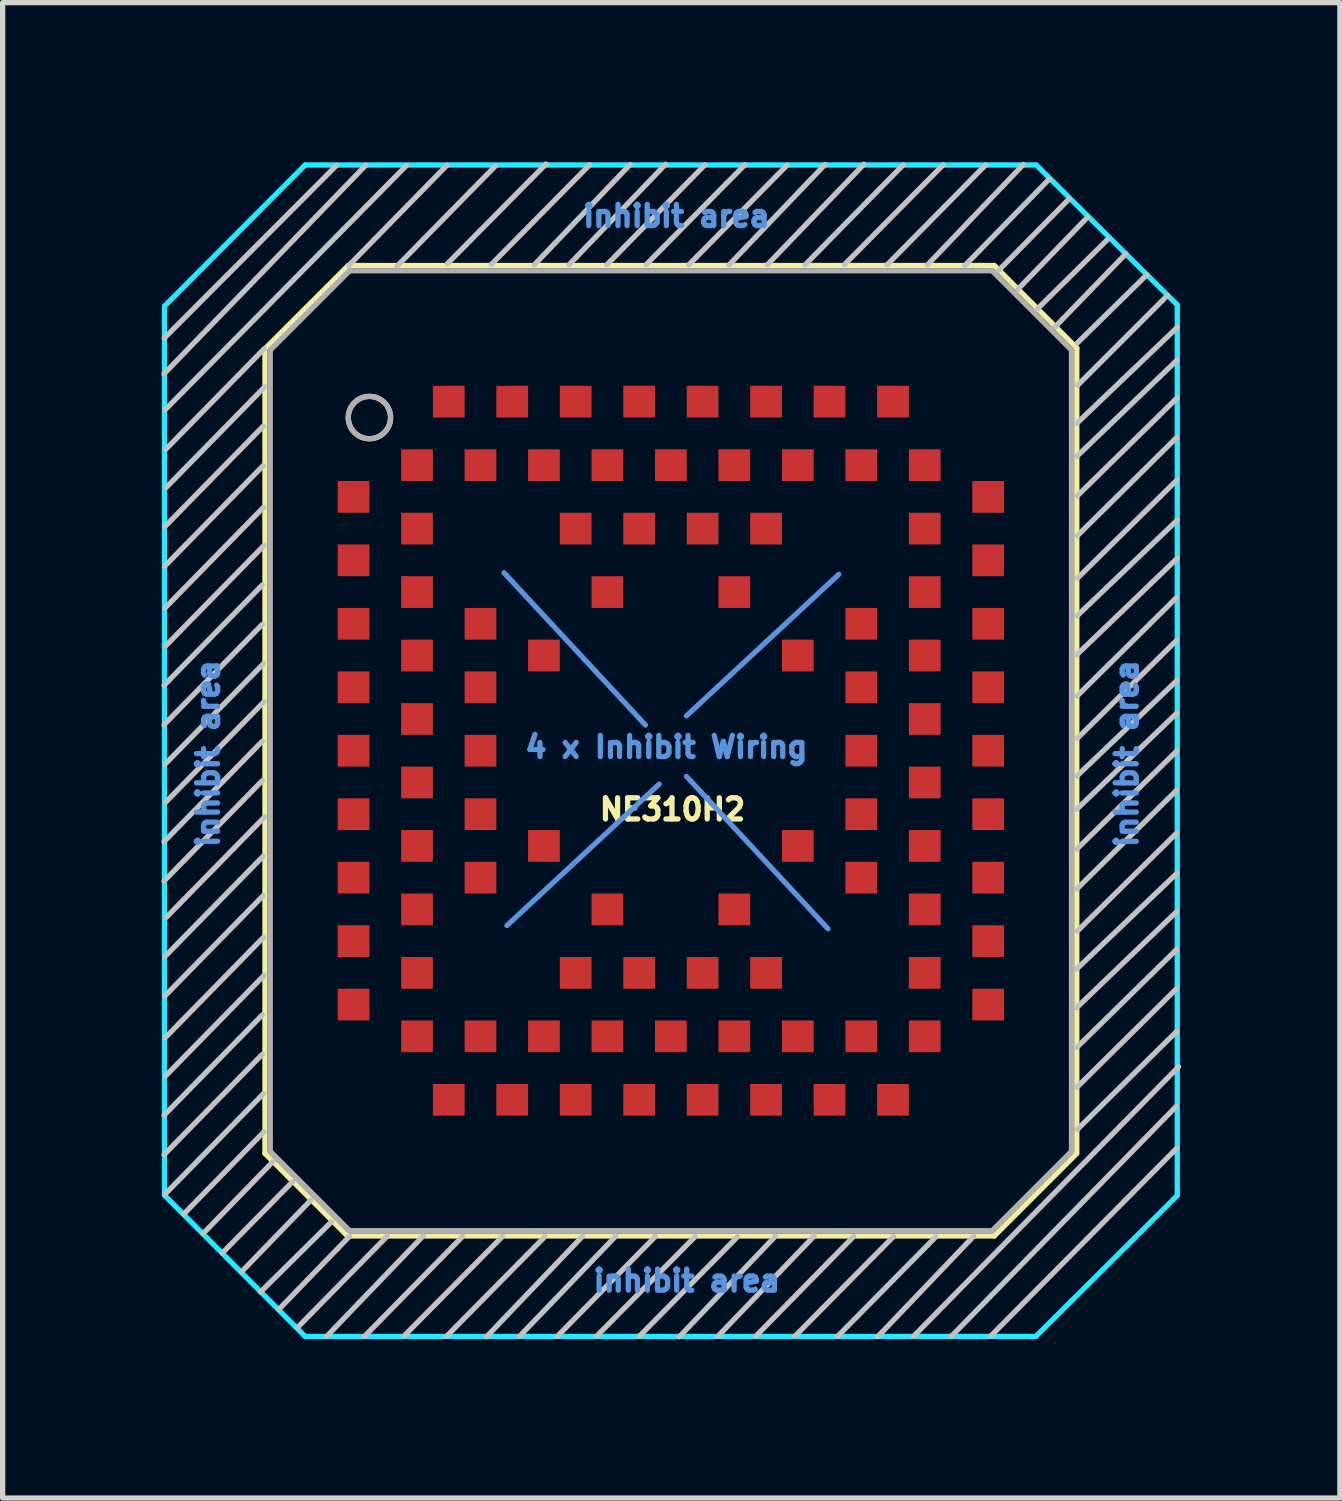
<source format=kicad_pcb>
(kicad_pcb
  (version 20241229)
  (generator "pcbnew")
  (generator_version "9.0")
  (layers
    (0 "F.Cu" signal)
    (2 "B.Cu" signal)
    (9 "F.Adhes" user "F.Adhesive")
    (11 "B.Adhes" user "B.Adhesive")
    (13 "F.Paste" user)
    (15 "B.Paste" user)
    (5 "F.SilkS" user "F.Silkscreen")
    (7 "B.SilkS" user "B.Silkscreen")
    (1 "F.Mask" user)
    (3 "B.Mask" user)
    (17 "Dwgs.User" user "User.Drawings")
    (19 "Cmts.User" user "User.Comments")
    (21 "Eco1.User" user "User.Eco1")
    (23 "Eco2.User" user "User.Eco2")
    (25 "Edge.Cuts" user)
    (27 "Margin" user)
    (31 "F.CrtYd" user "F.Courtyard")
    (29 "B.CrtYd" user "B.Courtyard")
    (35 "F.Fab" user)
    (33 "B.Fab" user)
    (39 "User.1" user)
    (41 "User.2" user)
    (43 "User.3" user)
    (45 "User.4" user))
  (footprint "NE310H2"
    (layer "F.Cu")
    (at 9.635 11.145)
    (property "Reference" "NE310H2" (at 0.03 1.11 0) (layer "F.SilkS") (effects (font (size 0.4 0.4) (thickness 0.1))))
    (attr through_hole)
    (fp_line (start -7.675 -7.6) (end -6.1 -9.175) (stroke (width 0.1) (type solid)) (layer "F.SilkS"))
    (fp_line (start -7.675 7.615) (end -7.675 -7.535) (stroke (width 0.1) (type solid)) (layer "F.SilkS"))
    (fp_line (start -6.115 9.175) (end -7.675 7.615) (stroke (width 0.1) (type solid)) (layer "F.SilkS"))
    (fp_line (start -6.115 9.175) (end 6.115 9.175) (stroke (width 0.1) (type solid)) (layer "F.SilkS"))
    (fp_line (start -6.1 -9.175) (end 6.115 -9.175) (stroke (width 0.1) (type solid)) (layer "F.SilkS"))
    (fp_line (start 6.115 -9.175) (end 7.675 -7.615) (stroke (width 0.1) (type solid)) (layer "F.SilkS"))
    (fp_line (start 6.115 9.175) (end 7.67 7.62) (stroke (width 0.1) (type solid)) (layer "F.SilkS"))
    (fp_line (start 7.675 7.615) (end 7.675 -7.615) (stroke (width 0.1) (type solid)) (layer "F.SilkS"))
    (fp_circle (center -5.7 -6.3) (end -5.3 -6.3) (stroke (width 0.1) (type solid)) (fill no) (layer "F.SilkS"))
    (fp_line (start -9.585 -7.125) (end -5.765 -11.075) (stroke (width 0.1) (type solid)) (layer "Dwgs.User"))
    (fp_line (start -9.585 -1.235) (end -7.725 -3.135) (stroke (width 0.1) (type solid)) (layer "Dwgs.User"))
    (fp_line (start -9.585 -0.49) (end -7.725 -2.39) (stroke (width 0.1) (type solid)) (layer "Dwgs.User"))
    (fp_line (start -9.585 1.72) (end -7.725 -0.18) (stroke (width 0.1) (type solid)) (layer "Dwgs.User"))
    (fp_line (start -9.585 2.465) (end -7.725 0.565) (stroke (width 0.1) (type solid)) (layer "Dwgs.User"))
    (fp_line (start -9.585 6.895) (end -7.725 4.995) (stroke (width 0.1) (type solid)) (layer "Dwgs.User"))
    (fp_line (start -9.585 7.64) (end -7.725 5.74) (stroke (width 0.1) (type solid)) (layer "Dwgs.User"))
    (fp_line (start -9.58 -7.8) (end -6.32 -11.07) (stroke (width 0.1) (type solid)) (layer "Dwgs.User"))
    (fp_line (start -9.57 -4.235) (end -7.71 -6.135) (stroke (width 0.1) (type solid)) (layer "Dwgs.User"))
    (fp_line (start -9.57 -3.49) (end -7.71 -5.39) (stroke (width 0.1) (type solid)) (layer "Dwgs.User"))
    (fp_line (start -9.57 3.895) (end -7.71 1.995) (stroke (width 0.1) (type solid)) (layer "Dwgs.User"))
    (fp_line (start -9.57 4.64) (end -7.71 2.74) (stroke (width 0.1) (type solid)) (layer "Dwgs.User"))
    (fp_line (start -9.565 -6.445) (end -5 -11.065) (stroke (width 0.1) (type solid)) (layer "Dwgs.User"))
    (fp_line (start -9.565 -2.7) (end -7.705 -4.6) (stroke (width 0.1) (type solid)) (layer "Dwgs.User"))
    (fp_line (start -9.565 0.255) (end -7.705 -1.645) (stroke (width 0.1) (type solid)) (layer "Dwgs.User"))
    (fp_line (start -9.565 5.43) (end -7.705 3.53) (stroke (width 0.1) (type solid)) (layer "Dwgs.User"))
    (fp_line (start -9.565 8.385) (end -7.705 6.485) (stroke (width 0.1) (type solid)) (layer "Dwgs.User"))
    (fp_line (start -9.555 -1.98) (end -7.695 -3.88) (stroke (width 0.1) (type solid)) (layer "Dwgs.User"))
    (fp_line (start -9.555 0.975) (end -7.695 -0.925) (stroke (width 0.1) (type solid)) (layer "Dwgs.User"))
    (fp_line (start -9.555 6.15) (end -7.695 4.25) (stroke (width 0.1) (type solid)) (layer "Dwgs.User"))
    (fp_line (start -9.55 -5.7) (end -7.69 -7.6) (stroke (width 0.1) (type solid)) (layer "Dwgs.User"))
    (fp_line (start -9.54 -4.98) (end -7.68 -6.88) (stroke (width 0.1) (type solid)) (layer "Dwgs.User"))
    (fp_line (start -9.54 3.15) (end -7.68 1.25) (stroke (width 0.1) (type solid)) (layer "Dwgs.User"))
    (fp_line (start -9.215 8.765) (end -7.695 7.205) (stroke (width 0.1) (type solid)) (layer "Dwgs.User"))
    (fp_line (start -8.85 9.135) (end -7.53 7.775) (stroke (width 0.1) (type solid)) (layer "Dwgs.User"))
    (fp_line (start -8.485 9.5) (end -7.15 8.145) (stroke (width 0.1) (type solid)) (layer "Dwgs.User"))
    (fp_line (start -8.12 9.855) (end -6.81 8.5) (stroke (width 0.1) (type solid)) (layer "Dwgs.User"))
    (fp_line (start -7.76 10.235) (end -6.415 8.905) (stroke (width 0.1) (type solid)) (layer "Dwgs.User"))
    (fp_line (start -7.415 10.565) (end -6.075 9.18) (stroke (width 0.1) (type solid)) (layer "Dwgs.User"))
    (fp_line (start -7.06 10.905) (end -5.36 9.175) (stroke (width 0.1) (type solid)) (layer "Dwgs.User"))
    (fp_line (start -6.51 11.075) (end -4.685 9.175) (stroke (width 0.1) (type solid)) (layer "Dwgs.User"))
    (fp_line (start -6.09 -9.175) (end -4.23 -11.075) (stroke (width 0.1) (type solid)) (layer "Dwgs.User"))
    (fp_line (start -5.795 11.075) (end -3.94 9.185) (stroke (width 0.1) (type solid)) (layer "Dwgs.User"))
    (fp_line (start -5.175 -9.165) (end -3.32 -11.055) (stroke (width 0.1) (type solid)) (layer "Dwgs.User"))
    (fp_line (start -5.05 11.07) (end -3.185 9.185) (stroke (width 0.1) (type solid)) (layer "Dwgs.User"))
    (fp_line (start -4.245 11.075) (end -2.385 9.19) (stroke (width 0.1) (type solid)) (layer "Dwgs.User"))
    (fp_line (start -4.225 -9.21) (end -2.36 -11.095) (stroke (width 0.1) (type solid)) (layer "Dwgs.User"))
    (fp_line (start -3.485 11.08) (end -1.67 9.18) (stroke (width 0.1) (type solid)) (layer "Dwgs.User"))
    (fp_line (start -3.395 -9.195) (end -1.535 -11.08) (stroke (width 0.1) (type solid)) (layer "Dwgs.User"))
    (fp_line (start -2.865 11.075) (end -1.04 9.175) (stroke (width 0.1) (type solid)) (layer "Dwgs.User"))
    (fp_line (start -2.585 -9.185) (end -0.77 -11.085) (stroke (width 0.1) (type solid)) (layer "Dwgs.User"))
    (fp_line (start -2.15 11.075) (end -0.295 9.185) (stroke (width 0.1) (type solid)) (layer "Dwgs.User"))
    (fp_line (start -1.925 -9.19) (end -0.1 -11.09) (stroke (width 0.1) (type solid)) (layer "Dwgs.User"))
    (fp_line (start -1.405 11.07) (end 0.46 9.185) (stroke (width 0.1) (type solid)) (layer "Dwgs.User"))
    (fp_line (start -1.21 -9.19) (end 0.645 -11.08) (stroke (width 0.1) (type solid)) (layer "Dwgs.User"))
    (fp_line (start -0.6 11.075) (end 1.26 9.19) (stroke (width 0.1) (type solid)) (layer "Dwgs.User"))
    (fp_line (start -0.465 -9.195) (end 1.4 -11.08) (stroke (width 0.1) (type solid)) (layer "Dwgs.User"))
    (fp_line (start 0.16 11.08) (end 1.975 9.18) (stroke (width 0.1) (type solid)) (layer "Dwgs.User"))
    (fp_line (start 0.34 -9.19) (end 2.2 -11.075) (stroke (width 0.1) (type solid)) (layer "Dwgs.User"))
    (fp_line (start 0.885 11.075) (end 2.71 9.175) (stroke (width 0.1) (type solid)) (layer "Dwgs.User"))
    (fp_line (start 1.1 -9.185) (end 2.915 -11.085) (stroke (width 0.1) (type solid)) (layer "Dwgs.User"))
    (fp_line (start 1.6 11.075) (end 3.455 9.185) (stroke (width 0.1) (type solid)) (layer "Dwgs.User"))
    (fp_line (start 1.825 -9.19) (end 3.65 -11.09) (stroke (width 0.1) (type solid)) (layer "Dwgs.User"))
    (fp_line (start 2.345 11.07) (end 4.21 9.185) (stroke (width 0.1) (type solid)) (layer "Dwgs.User"))
    (fp_line (start 2.54 -9.19) (end 4.395 -11.08) (stroke (width 0.1) (type solid)) (layer "Dwgs.User"))
    (fp_line (start 3.15 11.075) (end 5.01 9.19) (stroke (width 0.1) (type solid)) (layer "Dwgs.User"))
    (fp_line (start 3.285 -9.195) (end 5.15 -11.08) (stroke (width 0.1) (type solid)) (layer "Dwgs.User"))
    (fp_line (start 3.91 11.08) (end 5.725 9.18) (stroke (width 0.1) (type solid)) (layer "Dwgs.User"))
    (fp_line (start 4.09 -9.19) (end 5.95 -11.075) (stroke (width 0.1) (type solid)) (layer "Dwgs.User"))
    (fp_line (start 4.585 11.075) (end 9.6 5.975) (stroke (width 0.1) (type solid)) (layer "Dwgs.User"))
    (fp_line (start 4.85 -9.185) (end 6.665 -11.085) (stroke (width 0.1) (type solid)) (layer "Dwgs.User"))
    (fp_line (start 5.3 11.075) (end 9.555 6.725) (stroke (width 0.1) (type solid)) (layer "Dwgs.User"))
    (fp_line (start 5.56 -9.175) (end 7.15 -10.805) (stroke (width 0.1) (type solid)) (layer "Dwgs.User"))
    (fp_line (start 6.045 11.07) (end 9.57 7.51) (stroke (width 0.1) (type solid)) (layer "Dwgs.User"))
    (fp_line (start 6.195 -9.08) (end 7.53 -10.435) (stroke (width 0.1) (type solid)) (layer "Dwgs.User"))
    (fp_line (start 6.56 -8.725) (end 7.87 -10.08) (stroke (width 0.1) (type solid)) (layer "Dwgs.User"))
    (fp_line (start 6.92 -8.345) (end 8.265 -9.675) (stroke (width 0.1) (type solid)) (layer "Dwgs.User"))
    (fp_line (start 7.265 -8.015) (end 8.605 -9.4) (stroke (width 0.1) (type solid)) (layer "Dwgs.User"))
    (fp_line (start 9 -9) (end 7.685 -7.71) (stroke (width 0.1) (type solid)) (layer "Dwgs.User"))
    (fp_line (start 9.39 -8.61) (end 7.69 -6.91) (stroke (width 0.1) (type solid)) (layer "Dwgs.User"))
    (fp_line (start 9.565 -2.9) (end 7.68 -1.035) (stroke (width 0.1) (type solid)) (layer "Dwgs.User"))
    (fp_line (start 9.565 0.745) (end 7.68 2.61) (stroke (width 0.1) (type solid)) (layer "Dwgs.User"))
    (fp_line (start 9.565 4.495) (end 7.68 6.36) (stroke (width 0.1) (type solid)) (layer "Dwgs.User"))
    (fp_line (start 9.57 -5.93) (end 7.685 -4.065) (stroke (width 0.1) (type solid)) (layer "Dwgs.User"))
    (fp_line (start 9.57 -2.095) (end 7.685 -0.235) (stroke (width 0.1) (type solid)) (layer "Dwgs.User"))
    (fp_line (start 9.57 -0.715) (end 7.67 1.11) (stroke (width 0.1) (type solid)) (layer "Dwgs.User"))
    (fp_line (start 9.57 0) (end 7.68 1.855) (stroke (width 0.1) (type solid)) (layer "Dwgs.User"))
    (fp_line (start 9.57 1.55) (end 7.685 3.41) (stroke (width 0.1) (type solid)) (layer "Dwgs.User"))
    (fp_line (start 9.57 3.035) (end 7.67 4.86) (stroke (width 0.1) (type solid)) (layer "Dwgs.User"))
    (fp_line (start 9.57 3.75) (end 7.68 5.605) (stroke (width 0.1) (type solid)) (layer "Dwgs.User"))
    (fp_line (start 9.57 5.3) (end 7.685 7.16) (stroke (width 0.1) (type solid)) (layer "Dwgs.User"))
    (fp_line (start 9.575 -7.39) (end 7.675 -5.565) (stroke (width 0.1) (type solid)) (layer "Dwgs.User"))
    (fp_line (start 9.575 -6.675) (end 7.685 -4.82) (stroke (width 0.1) (type solid)) (layer "Dwgs.User"))
    (fp_line (start 9.575 -5.125) (end 7.69 -3.265) (stroke (width 0.1) (type solid)) (layer "Dwgs.User"))
    (fp_line (start 9.575 -3.64) (end 7.675 -1.815) (stroke (width 0.1) (type solid)) (layer "Dwgs.User"))
    (fp_line (start 9.575 -1.335) (end 7.675 0.48) (stroke (width 0.1) (type solid)) (layer "Dwgs.User"))
    (fp_line (start 9.575 2.31) (end 7.675 4.125) (stroke (width 0.1) (type solid)) (layer "Dwgs.User"))
    (fp_line (start 9.58 -8.01) (end 7.68 -6.195) (stroke (width 0.1) (type solid)) (layer "Dwgs.User"))
    (fp_line (start 9.58 -4.365) (end 7.68 -2.55) (stroke (width 0.1) (type solid)) (layer "Dwgs.User"))
    (fp_line (start -3.155 -3.365) (end -0.48 -0.485) (stroke (width 0.1) (type solid)) (layer "Cmts.User"))
    (fp_line (start -0.22 0.63) (end -3.1 3.305) (stroke (width 0.1) (type solid)) (layer "Cmts.User"))
    (fp_line (start 0.295 0.485) (end 2.97 3.365) (stroke (width 0.1) (type solid)) (layer "Cmts.User"))
    (fp_line (start 3.175 -3.335) (end 0.295 -0.66) (stroke (width 0.1) (type solid)) (layer "Cmts.User"))
    (fp_line (start -9.575 -8.405) (end -6.915 -11.075) (stroke (width 0.1) (type solid)) (layer "B.CrtYd"))
    (fp_line (start -9.575 8.405) (end -9.575 -8.405) (stroke (width 0.1) (type solid)) (layer "B.CrtYd"))
    (fp_line (start -6.915 -11.075) (end 6.91 -11.075) (stroke (width 0.1) (type solid)) (layer "B.CrtYd"))
    (fp_line (start -6.915 11.075) (end -9.575 8.405) (stroke (width 0.1) (type solid)) (layer "B.CrtYd"))
    (fp_line (start -6.915 11.075) (end 6.9 11.075) (stroke (width 0.1) (type solid)) (layer "B.CrtYd"))
    (fp_line (start 6.9 11.075) (end 9.575 8.41) (stroke (width 0.1) (type solid)) (layer "B.CrtYd"))
    (fp_line (start 9.575 -8.43) (end 6.91 -11.075) (stroke (width 0.1) (type solid)) (layer "B.CrtYd"))
    (fp_line (start 9.575 8.41) (end 9.575 -8.43) (stroke (width 0.1) (type solid)) (layer "B.CrtYd"))
    (fp_line (start -7.575 -7.575) (end -6.075 -9.075) (stroke (width 0.1) (type solid)) (layer "F.Fab"))
    (fp_line (start -7.575 7.575) (end -7.575 -7.575) (stroke (width 0.1) (type solid)) (layer "F.Fab"))
    (fp_line (start -6.075 -9.075) (end 6.075 -9.075) (stroke (width 0.1) (type solid)) (layer "F.Fab"))
    (fp_line (start -6.075 9.075) (end -7.575 7.575) (stroke (width 0.1) (type solid)) (layer "F.Fab"))
    (fp_line (start -6.075 9.075) (end 6.075 9.075) (stroke (width 0.1) (type solid)) (layer "F.Fab"))
    (fp_line (start 6.075 -9.075) (end 7.575 -7.575) (stroke (width 0.1) (type solid)) (layer "F.Fab"))
    (fp_line (start 6.075 9.075) (end 7.575 7.575) (stroke (width 0.1) (type solid)) (layer "F.Fab"))
    (fp_line (start 7.575 7.575) (end 7.575 -7.575) (stroke (width 0.1) (type solid)) (layer "F.Fab"))
    (fp_circle (center -5.7 -6.3) (end -5.3 -6.3) (stroke (width 0.1) (type solid)) (fill no) (layer "F.Fab"))
    (fp_text user "inhibit area" (at 8.62 0.055 270) (layer "Cmts.User") (effects (font (size 0.4 0.4) (thickness 0.1))))
    (fp_text user "4 x Inhibit Wiring" (at -0.085 -0.07 0) (layer "Cmts.User") (effects (font (size 0.4 0.4) (thickness 0.1))))
    (fp_text user "inhibit area" (at 0.105 -10.11 0) (layer "Cmts.User") (effects (font (size 0.4 0.4) (thickness 0.1))))
    (fp_text user "inhibit area" (at 0.3 10.02 0) (layer "Cmts.User") (effects (font (size 0.4 0.4) (thickness 0.1))))
    (fp_text user "inhibit area" (at -8.75 0.055 90) (layer "Cmts.User") (effects (font (size 0.4 0.4) (thickness 0.1))))
    (pad "" smd rect (at -3.6 -3.6 180) (size 0.6 0.6) (layers "Eco1.User"))
    (pad "" smd rect (at -3.6 3.6 180) (size 0.6 0.6) (layers "Eco1.User"))
    (pad "" smd rect (at 3.6 -3.6) (size 0.6 0.6) (layers "Eco1.User"))
    (pad "" smd rect (at 3.6 3.6) (size 0.6 0.6) (layers "Eco1.User"))
    (pad "1C" smd rect (at -6 -4.8 180) (size 0.6 0.6) (layers "F.Cu" "F.Mask" "F.Paste"))
    (pad "1E" smd rect (at -6 -3.6 180) (size 0.6 0.6) (layers "F.Cu" "F.Mask" "F.Paste"))
    (pad "1G" smd rect (at -6 -2.4 180) (size 0.6 0.6) (layers "F.Cu" "F.Mask" "F.Paste"))
    (pad "1J" smd rect (at -6 -1.2 180) (size 0.6 0.6) (layers "F.Cu" "F.Mask" "F.Paste"))
    (pad "1L" smd rect (at -6 0 180) (size 0.6 0.6) (layers "F.Cu" "F.Mask" "F.Paste"))
    (pad "1N" smd rect (at -6 1.2 180) (size 0.6 0.6) (layers "F.Cu" "F.Mask" "F.Paste"))
    (pad "1R" smd rect (at -6 2.4 180) (size 0.6 0.6) (layers "F.Cu" "F.Mask" "F.Paste"))
    (pad "1U" smd rect (at -6 3.6 180) (size 0.6 0.6) (layers "F.Cu" "F.Mask" "F.Paste"))
    (pad "1W" smd rect (at -6 4.8 180) (size 0.6 0.6) (layers "F.Cu" "F.Mask" "F.Paste"))
    (pad "2B" smd rect (at -4.8 -5.4 180) (size 0.6 0.6) (layers "F.Cu" "F.Mask" "F.Paste"))
    (pad "2D" smd rect (at -4.8 -4.2 180) (size 0.6 0.6) (layers "F.Cu" "F.Mask" "F.Paste"))
    (pad "2F" smd rect (at -4.8 -3 180) (size 0.6 0.6) (layers "F.Cu" "F.Mask" "F.Paste"))
    (pad "2H" smd rect (at -4.8 -1.8 180) (size 0.6 0.6) (layers "F.Cu" "F.Mask" "F.Paste"))
    (pad "2K" smd rect (at -4.8 -0.6 180) (size 0.6 0.6) (layers "F.Cu" "F.Mask" "F.Paste"))
    (pad "2M" smd rect (at -4.8 0.6 180) (size 0.6 0.6) (layers "F.Cu" "F.Mask" "F.Paste"))
    (pad "2P" smd rect (at -4.8 1.8 180) (size 0.6 0.6) (layers "F.Cu" "F.Mask" "F.Paste"))
    (pad "2T" smd rect (at -4.8 3 180) (size 0.6 0.6) (layers "F.Cu" "F.Mask" "F.Paste"))
    (pad "2V" smd rect (at -4.8 4.2 180) (size 0.6 0.6) (layers "F.Cu" "F.Mask" "F.Paste"))
    (pad "2Y" smd rect (at -4.8 5.4) (size 0.6 0.6) (layers "F.Cu" "F.Mask" "F.Paste"))
    (pad "3A" smd rect (at -4.2 -6.6 180) (size 0.6 0.6) (layers "F.Cu" "F.Mask" "F.Paste"))
    (pad "3AA" smd rect (at -4.2 6.6) (size 0.6 0.6) (layers "F.Cu" "F.Mask" "F.Paste"))
    (pad "4B" smd rect (at -3.6 -5.4 180) (size 0.6 0.6) (layers "F.Cu" "F.Mask" "F.Paste"))
    (pad "4G" smd rect (at -3.6 -2.4 180) (size 0.6 0.6) (layers "F.Cu" "F.Mask" "F.Paste"))
    (pad "4J" smd rect (at -3.6 -1.2 180) (size 0.6 0.6) (layers "F.Cu" "F.Mask" "F.Paste"))
    (pad "4L" smd rect (at -3.6 0 180) (size 0.6 0.6) (layers "F.Cu" "F.Mask" "F.Paste"))
    (pad "4N" smd rect (at -3.6 1.2 180) (size 0.6 0.6) (layers "F.Cu" "F.Mask" "F.Paste"))
    (pad "4R" smd rect (at -3.6 2.4 180) (size 0.6 0.6) (layers "F.Cu" "F.Mask" "F.Paste"))
    (pad "4Y" smd rect (at -3.6 5.4) (size 0.6 0.6) (layers "F.Cu" "F.Mask" "F.Paste"))
    (pad "5A" smd rect (at -3 -6.6 180) (size 0.6 0.6) (layers "F.Cu" "F.Mask" "F.Paste"))
    (pad "5AA" smd rect (at -3 6.6) (size 0.6 0.6) (layers "F.Cu" "F.Mask" "F.Paste"))
    (pad "6B" smd rect (at -2.4 -5.4 180) (size 0.6 0.6) (layers "F.Cu" "F.Mask" "F.Paste"))
    (pad "6H" smd rect (at -2.4 -1.8 180) (size 0.6 0.6) (layers "F.Cu" "F.Mask" "F.Paste"))
    (pad "6P" smd rect (at -2.4 1.8 180) (size 0.6 0.6) (layers "F.Cu" "F.Mask" "F.Paste"))
    (pad "6Y" smd rect (at -2.4 5.4) (size 0.6 0.6) (layers "F.Cu" "F.Mask" "F.Paste"))
    (pad "7A" smd rect (at -1.8 -6.6 180) (size 0.6 0.6) (layers "F.Cu" "F.Mask" "F.Paste"))
    (pad "7AA" smd rect (at -1.8 6.6) (size 0.6 0.6) (layers "F.Cu" "F.Mask" "F.Paste"))
    (pad "7D" smd rect (at -1.8 -4.2 180) (size 0.6 0.6) (layers "F.Cu" "F.Mask" "F.Paste"))
    (pad "7V" smd rect (at -1.8 4.2) (size 0.6 0.6) (layers "F.Cu" "F.Mask" "F.Paste"))
    (pad "8B" smd rect (at -1.2 -5.4 180) (size 0.6 0.6) (layers "F.Cu" "F.Mask" "F.Paste"))
    (pad "8F" smd rect (at -1.2 -3 180) (size 0.6 0.6) (layers "F.Cu" "F.Mask" "F.Paste"))
    (pad "8T" smd rect (at -1.2 3) (size 0.6 0.6) (layers "F.Cu" "F.Mask" "F.Paste"))
    (pad "8Y" smd rect (at -1.2 5.4) (size 0.6 0.6) (layers "F.Cu" "F.Mask" "F.Paste"))
    (pad "9A" smd rect (at -0.6 -6.6 180) (size 0.6 0.6) (layers "F.Cu" "F.Mask" "F.Paste"))
    (pad "9AA" smd rect (at -0.6 6.6) (size 0.6 0.6) (layers "F.Cu" "F.Mask" "F.Paste"))
    (pad "9D" smd rect (at -0.6 -4.2 180) (size 0.6 0.6) (layers "F.Cu" "F.Mask" "F.Paste"))
    (pad "9V" smd rect (at -0.6 4.2) (size 0.6 0.6) (layers "F.Cu" "F.Mask" "F.Paste"))
    (pad "10B" smd rect (at 0 -5.4 180) (size 0.6 0.6) (layers "F.Cu" "F.Mask" "F.Paste"))
    (pad "10Y" smd rect (at 0 5.4) (size 0.6 0.6) (layers "F.Cu" "F.Mask" "F.Paste"))
    (pad "11A" smd rect (at 0.6 -6.6 180) (size 0.6 0.6) (layers "F.Cu" "F.Mask" "F.Paste"))
    (pad "11AA" smd rect (at 0.6 6.6) (size 0.6 0.6) (layers "F.Cu" "F.Mask" "F.Paste"))
    (pad "11D" smd rect (at 0.6 -4.2 180) (size 0.6 0.6) (layers "F.Cu" "F.Mask" "F.Paste"))
    (pad "11V" smd rect (at 0.6 4.2) (size 0.6 0.6) (layers "F.Cu" "F.Mask" "F.Paste"))
    (pad "12B" smd rect (at 1.2 -5.4 180) (size 0.6 0.6) (layers "F.Cu" "F.Mask" "F.Paste"))
    (pad "12F" smd rect (at 1.2 -3 180) (size 0.6 0.6) (layers "F.Cu" "F.Mask" "F.Paste"))
    (pad "12T" smd rect (at 1.2 3) (size 0.6 0.6) (layers "F.Cu" "F.Mask" "F.Paste"))
    (pad "12Y" smd rect (at 1.2 5.4) (size 0.6 0.6) (layers "F.Cu" "F.Mask" "F.Paste"))
    (pad "13A" smd rect (at 1.8 -6.6 180) (size 0.6 0.6) (layers "F.Cu" "F.Mask" "F.Paste"))
    (pad "13AA" smd rect (at 1.8 6.6) (size 0.6 0.6) (layers "F.Cu" "F.Mask" "F.Paste"))
    (pad "13D" smd rect (at 1.8 -4.2 180) (size 0.6 0.6) (layers "F.Cu" "F.Mask" "F.Paste"))
    (pad "13V" smd rect (at 1.8 4.2) (size 0.6 0.6) (layers "F.Cu" "F.Mask" "F.Paste"))
    (pad "14B" smd rect (at 2.4 -5.4 180) (size 0.6 0.6) (layers "F.Cu" "F.Mask" "F.Paste"))
    (pad "14H" smd rect (at 2.4 -1.8) (size 0.6 0.6) (layers "F.Cu" "F.Mask" "F.Paste"))
    (pad "14P" smd rect (at 2.4 1.8) (size 0.6 0.6) (layers "F.Cu" "F.Mask" "F.Paste"))
    (pad "14Y" smd rect (at 2.4 5.4) (size 0.6 0.6) (layers "F.Cu" "F.Mask" "F.Paste"))
    (pad "15A" smd rect (at 3 -6.6 180) (size 0.6 0.6) (layers "F.Cu" "F.Mask" "F.Paste"))
    (pad "15AA" smd rect (at 3 6.6) (size 0.6 0.6) (layers "F.Cu" "F.Mask" "F.Paste"))
    (pad "16B" smd rect (at 3.6 -5.4 180) (size 0.6 0.6) (layers "F.Cu" "F.Mask" "F.Paste"))
    (pad "16G" smd rect (at 3.6 -2.4) (size 0.6 0.6) (layers "F.Cu" "F.Mask" "F.Paste"))
    (pad "16J" smd rect (at 3.6 -1.2) (size 0.6 0.6) (layers "F.Cu" "F.Mask" "F.Paste"))
    (pad "16L" smd rect (at 3.6 0) (size 0.6 0.6) (layers "F.Cu" "F.Mask" "F.Paste"))
    (pad "16N" smd rect (at 3.6 1.2) (size 0.6 0.6) (layers "F.Cu" "F.Mask" "F.Paste"))
    (pad "16R" smd rect (at 3.6 2.4) (size 0.6 0.6) (layers "F.Cu" "F.Mask" "F.Paste"))
    (pad "16Y" smd rect (at 3.6 5.4) (size 0.6 0.6) (layers "F.Cu" "F.Mask" "F.Paste"))
    (pad "17A" smd rect (at 4.2 -6.6 180) (size 0.6 0.6) (layers "F.Cu" "F.Mask" "F.Paste"))
    (pad "17AA" smd rect (at 4.2 6.6) (size 0.6 0.6) (layers "F.Cu" "F.Mask" "F.Paste"))
    (pad "18B" smd rect (at 4.8 -5.4 180) (size 0.6 0.6) (layers "F.Cu" "F.Mask" "F.Paste"))
    (pad "18D" smd rect (at 4.8 -4.2) (size 0.6 0.6) (layers "F.Cu" "F.Mask" "F.Paste"))
    (pad "18F" smd rect (at 4.8 -3) (size 0.6 0.6) (layers "F.Cu" "F.Mask" "F.Paste"))
    (pad "18H" smd rect (at 4.8 -1.8) (size 0.6 0.6) (layers "F.Cu" "F.Mask" "F.Paste"))
    (pad "18K" smd rect (at 4.8 -0.6) (size 0.6 0.6) (layers "F.Cu" "F.Mask" "F.Paste"))
    (pad "18M" smd rect (at 4.8 0.6) (size 0.6 0.6) (layers "F.Cu" "F.Mask" "F.Paste"))
    (pad "18P" smd rect (at 4.8 1.8) (size 0.6 0.6) (layers "F.Cu" "F.Mask" "F.Paste"))
    (pad "18T" smd rect (at 4.8 3) (size 0.6 0.6) (layers "F.Cu" "F.Mask" "F.Paste"))
    (pad "18V" smd rect (at 4.8 4.2) (size 0.6 0.6) (layers "F.Cu" "F.Mask" "F.Paste"))
    (pad "18Y" smd rect (at 4.8 5.4) (size 0.6 0.6) (layers "F.Cu" "F.Mask" "F.Paste"))
    (pad "19C" smd rect (at 6 -4.8) (size 0.6 0.6) (layers "F.Cu" "F.Mask" "F.Paste"))
    (pad "19E" smd rect (at 6 -3.6) (size 0.6 0.6) (layers "F.Cu" "F.Mask" "F.Paste"))
    (pad "19G" smd rect (at 6 -2.4) (size 0.6 0.6) (layers "F.Cu" "F.Mask" "F.Paste"))
    (pad "19J" smd rect (at 6 -1.2) (size 0.6 0.6) (layers "F.Cu" "F.Mask" "F.Paste"))
    (pad "19L" smd rect (at 6 0 180) (size 0.6 0.6) (layers "F.Cu" "F.Mask" "F.Paste"))
    (pad "19N" smd rect (at 6 1.2) (size 0.6 0.6) (layers "F.Cu" "F.Mask" "F.Paste"))
    (pad "19R" smd rect (at 6 2.4) (size 0.6 0.6) (layers "F.Cu" "F.Mask" "F.Paste"))
    (pad "19U" smd rect (at 6 3.6) (size 0.6 0.6) (layers "F.Cu" "F.Mask" "F.Paste"))
    (pad "19W" smd rect (at 6 4.8) (size 0.6 0.6) (layers "F.Cu" "F.Mask" "F.Paste")))
  (gr_rect
    (start -3 -3)
    (end 22.285 25.275)
    (stroke (width 0.1) (type default))
    (fill no)
    (layer "Edge.Cuts")))
</source>
